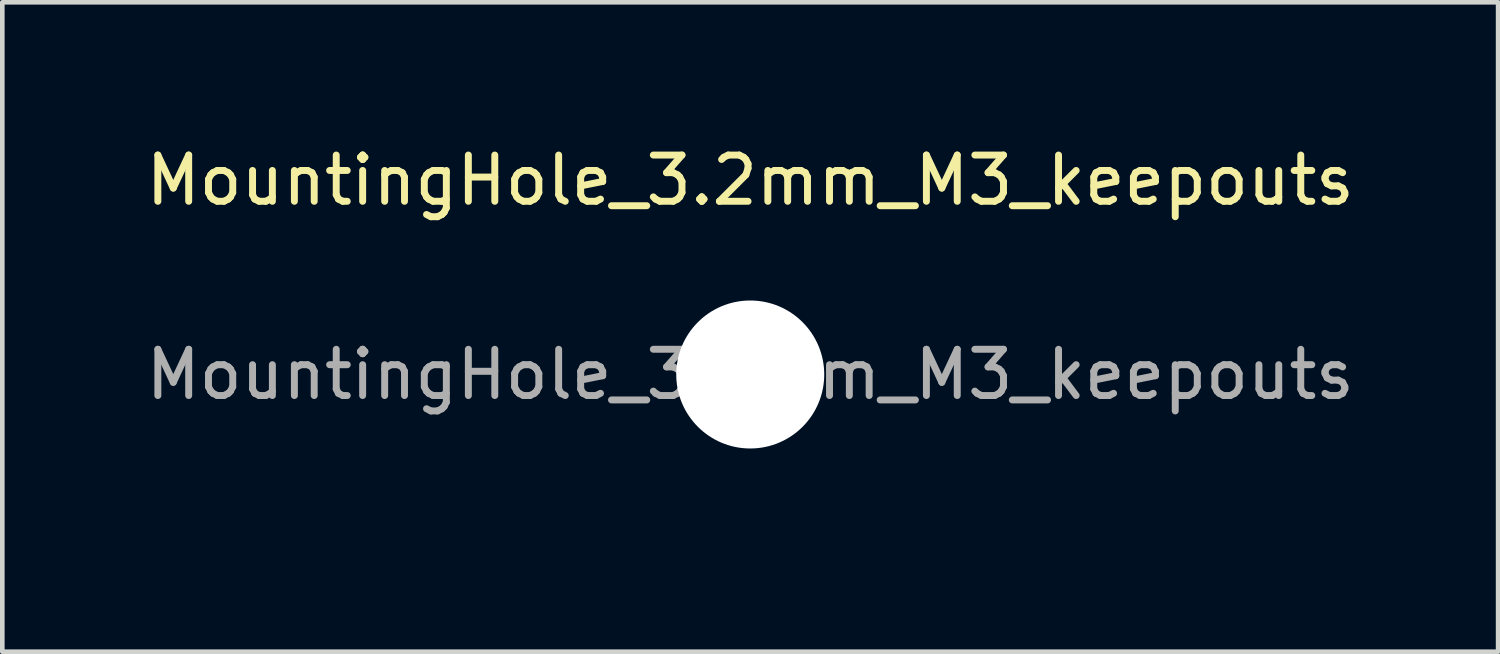
<source format=kicad_pcb>
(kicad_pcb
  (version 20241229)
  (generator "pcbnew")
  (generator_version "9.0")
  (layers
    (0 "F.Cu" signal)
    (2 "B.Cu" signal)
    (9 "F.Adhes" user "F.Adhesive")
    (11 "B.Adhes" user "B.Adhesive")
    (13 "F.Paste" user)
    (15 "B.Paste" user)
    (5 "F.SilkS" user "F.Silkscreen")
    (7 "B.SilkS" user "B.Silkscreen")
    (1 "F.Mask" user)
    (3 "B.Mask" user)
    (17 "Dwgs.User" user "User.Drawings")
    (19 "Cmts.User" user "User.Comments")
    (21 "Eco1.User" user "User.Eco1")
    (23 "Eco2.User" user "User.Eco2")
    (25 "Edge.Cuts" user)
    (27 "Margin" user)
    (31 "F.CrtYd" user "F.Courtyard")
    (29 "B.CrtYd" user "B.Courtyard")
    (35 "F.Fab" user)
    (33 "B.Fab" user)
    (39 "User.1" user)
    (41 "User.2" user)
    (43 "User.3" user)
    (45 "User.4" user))
  (footprint "MountingHole_3.2mm_M3_keepouts"
    (layer "F.Cu")
    (at 13.173 5.048)
    (property "Reference" "MountingHole_3.2mm_M3_keepouts" (at 0 -4.2 0) (layer "F.SilkS") (effects (font (size 1 1) (thickness 0.15))))
    (attr exclude_from_pos_files exclude_from_bom)
    (fp_poly (pts (xy 3 0) (xy 2.98 -0.348) (xy 2.919 -0.692) (xy 2.819 -1.026) (xy 2.681 -1.346) (xy 2.506 -1.649) (xy 2.298 -1.928) (xy 2.059 -2.182) (xy 1.791 -2.406) (xy 1.5 -2.598) (xy 1.188 -2.755) (xy 0.86 -2.874) (xy 0.521 -2.954) (xy 0.174 -2.995) (xy -0.174 -2.995) (xy -0.521 -2.954) (xy -0.86 -2.874) (xy -1.188 -2.755) (xy -1.5 -2.598) (xy -1.791 -2.406) (xy -2.059 -2.182) (xy -2.298 -1.928) (xy -2.506 -1.649) (xy -2.681 -1.346) (xy -2.819 -1.026) (xy -2.919 -0.692) (xy -2.98 -0.348) (xy -3 0) (xy -2.98 0.348) (xy -2.919 0.692) (xy -2.819 1.026) (xy -2.681 1.346) (xy -2.506 1.649) (xy -2.298 1.928) (xy -2.059 2.182) (xy -1.791 2.406) (xy -1.5 2.598) (xy -1.188 2.755) (xy -0.86 2.874) (xy -0.521 2.954) (xy -0.174 2.995) (xy 0.174 2.995) (xy 0.521 2.954) (xy 0.86 2.874) (xy 1.188 2.755) (xy 1.5 2.598) (xy 1.791 2.406) (xy 2.059 2.182) (xy 2.298 1.928) (xy 2.506 1.649) (xy 2.681 1.346) (xy 2.819 1.026) (xy 2.919 0.692) (xy 2.98 0.348) (xy 3 0)) (stroke (width 0) (type solid)) (fill yes) (layer "F.Mask"))
    (fp_poly (pts (xy 3 0) (xy 2.98 -0.348) (xy 2.919 -0.692) (xy 2.819 -1.026) (xy 2.681 -1.346) (xy 2.506 -1.649) (xy 2.298 -1.928) (xy 2.059 -2.182) (xy 1.791 -2.406) (xy 1.5 -2.598) (xy 1.188 -2.755) (xy 0.86 -2.874) (xy 0.521 -2.954) (xy 0.174 -2.995) (xy -0.174 -2.995) (xy -0.521 -2.954) (xy -0.86 -2.874) (xy -1.188 -2.755) (xy -1.5 -2.598) (xy -1.791 -2.406) (xy -2.059 -2.182) (xy -2.298 -1.928) (xy -2.506 -1.649) (xy -2.681 -1.346) (xy -2.819 -1.026) (xy -2.919 -0.692) (xy -2.98 -0.348) (xy -3 0) (xy -2.98 0.348) (xy -2.919 0.692) (xy -2.819 1.026) (xy -2.681 1.346) (xy -2.506 1.649) (xy -2.298 1.928) (xy -2.059 2.182) (xy -1.791 2.406) (xy -1.5 2.598) (xy -1.188 2.755) (xy -0.86 2.874) (xy -0.521 2.954) (xy -0.174 2.995) (xy 0.174 2.995) (xy 0.521 2.954) (xy 0.86 2.874) (xy 1.188 2.755) (xy 1.5 2.598) (xy 1.791 2.406) (xy 2.059 2.182) (xy 2.298 1.928) (xy 2.506 1.649) (xy 2.681 1.346) (xy 2.819 1.026) (xy 2.919 0.692) (xy 2.98 0.348) (xy 3 0)) (stroke (width 0) (type solid)) (fill yes) (layer "B.Mask"))
    (fp_text user "${REFERENCE}" (at 0 0 0) (layer "F.Fab") (effects (font (size 1 1) (thickness 0.15))))
    (pad "" np_thru_hole circle (at 0 0) (size 3.2 3.2) (drill 3.2) (layers "*.Cu" "*.Mask"))
    (zone (net_name "") (layers "F.Cu" "B.Cu" "F.SilkS") (hatch edge 0.5) (connect_pads) (min_thickness 0.25) (filled_areas_thickness no) (keepout (tracks not_allowed) (vias not_allowed) (pads not_allowed) (copperpour not_allowed) (footprints not_allowed)) (placement (enabled no)) (fill) (polygon (pts (xy 16.173 5.048) (xy 16.152 4.7) (xy 16.092 4.356) (xy 15.992 4.022) (xy 15.854 3.702) (xy 15.679 3.4) (xy 15.471 3.12) (xy 15.231 2.866) (xy 14.964 2.642) (xy 14.673 2.45) (xy 14.361 2.294) (xy 14.033 2.174) (xy 13.694 2.094) (xy 13.347 2.053) (xy 12.998 2.053) (xy 12.652 2.094) (xy 12.312 2.174) (xy 11.984 2.294) (xy 11.673 2.45) (xy 11.381 2.642) (xy 11.114 2.866) (xy 10.874 3.12) (xy 10.666 3.4) (xy 10.492 3.702) (xy 10.354 4.022) (xy 10.253 4.356) (xy 10.193 4.7) (xy 10.173 5.048) (xy 10.193 5.397) (xy 10.253 5.74) (xy 10.354 6.074) (xy 10.492 6.395) (xy 10.666 6.697) (xy 10.874 6.977) (xy 11.114 7.23) (xy 11.381 7.455) (xy 11.673 7.646) (xy 11.984 7.803) (xy 12.312 7.922) (xy 12.652 8.003) (xy 12.998 8.043) (xy 13.347 8.043) (xy 13.694 8.003) (xy 14.033 7.922) (xy 14.361 7.803) (xy 14.673 7.646) (xy 14.964 7.455) (xy 15.231 7.23) (xy 15.471 6.977) (xy 15.679 6.697) (xy 15.854 6.395) (xy 15.992 6.074) (xy 16.092 5.74) (xy 16.152 5.397)))))
  (gr_rect
    (start -3 -3)
    (end 29.345 11.043)
    (stroke (width 0.1) (type default))
    (fill no)
    (layer "Edge.Cuts")))
</source>
